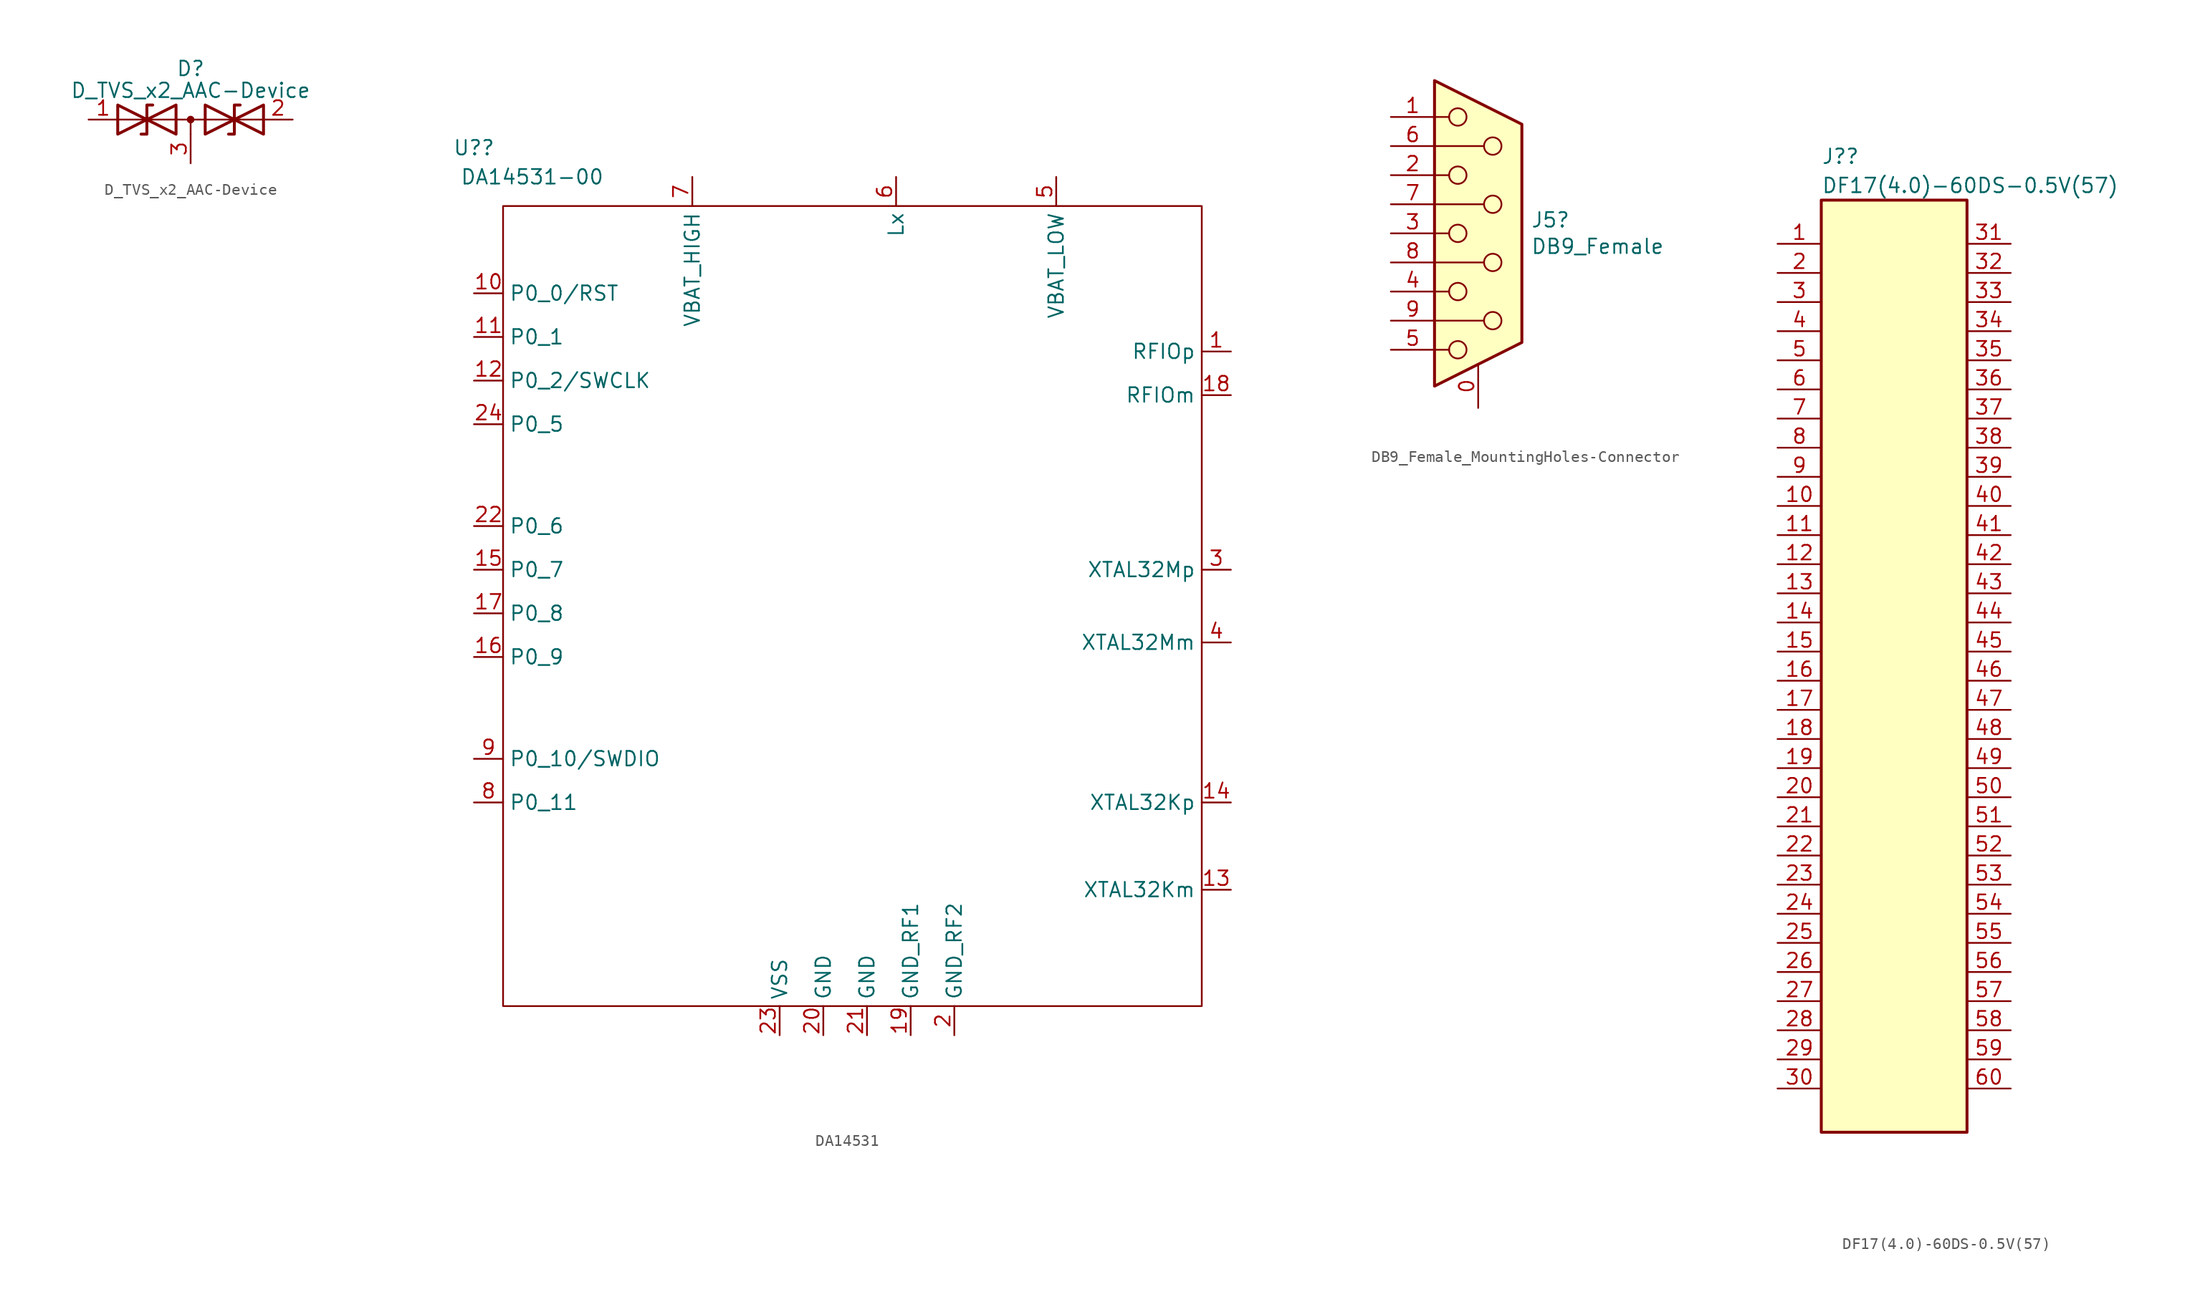
<source format=kicad_sym>
(kicad_symbol_lib
  (version 20220914)
  (generator kicad_symbol_editor)
  (symbol "D_TVS_x2_AAC-Device"
    (pin_names
      (offset 1.016) hide)
    (property "Reference" "D"
      (at 0 4.445 0)
      (effects (font (size 1.27 1.27))))
    (property "Value" "D_TVS_x2_AAC-Device"
      (at 0 2.54 0)
      (effects (font (size 1.27 1.27))))
    (symbol "D_TVS_x2_AAC-Device_0_0"
      (polyline (pts (xy 0 -1.27) (xy 0 0)) (stroke (width 0) (type default)) (fill (type none))))
    (symbol "D_TVS_x2_AAC-Device_0_1"
      (polyline (pts (xy -6.35 0) (xy 6.35 0)) (stroke (width 0) (type default)) (fill (type none)))
      (polyline (pts (xy -3.302 1.27) (xy -3.81 1.27) (xy -3.81 -1.27) (xy -4.318 -1.27)) (stroke (width 0.254) (type default)) (fill (type none)))
      (polyline (pts (xy 4.318 1.27) (xy 3.81 1.27) (xy 3.81 -1.27) (xy 3.302 -1.27)) (stroke (width 0.254) (type default)) (fill (type none)))
      (polyline (pts (xy -6.35 1.27) (xy -1.27 -1.27) (xy -1.27 1.27) (xy -6.35 -1.27) (xy -6.35 1.27)) (stroke (width 0.254) (type default)) (fill (type none)))
      (polyline (pts (xy 6.35 1.27) (xy 1.27 -1.27) (xy 1.27 1.27) (xy 6.35 -1.27) (xy 6.35 1.27)) (stroke (width 0.254) (type default)) (fill (type none)))
      (circle (center 0 0) (radius 0.254) (stroke (width 0) (type default)) (fill (type outline))))
    (symbol "D_TVS_x2_AAC-Device_1_1"
      (pin passive line (at -8.89 0 0) (length 2.54) (name "A1" (effects (font (size 1.27 1.27)))) (number "1" (effects (font (size 1.27 1.27)))))
      (pin passive line (at 8.89 0 180) (length 2.54) (name "A2" (effects (font (size 1.27 1.27)))) (number "2" (effects (font (size 1.27 1.27)))))
      (pin input line (at 0 -3.81 90) (length 2.54) (name "common" (effects (font (size 1.27 1.27)))) (number "3" (effects (font (size 1.27 1.27)))))))
  (symbol "DA14531"
    (property "Reference" "U?"
      (at -39.37 36.83 0)
      (effects (font (size 1.27 1.27))))
    (property "Value" "DA14531-00"
      (at -34.29 34.29 0)
      (effects (font (size 1.27 1.27))))
    (symbol "DA14531_1_1"
      (rectangle (start -36.83 31.75) (end 24.13 -38.1) (stroke (width 0) (type default)) (fill (type none)))
      (pin output line (at 26.67 19.05 180) (length 2.54) (name "RFIOp" (effects (font (size 1.27 1.27)))) (number "1" (effects (font (size 1.27 1.27)))))
      (pin bidirectional line (at -39.37 24.13 0) (length 2.54) (name "P0_0/RST" (effects (font (size 1.27 1.27)))) (number "10" (effects (font (size 1.27 1.27)))))
      (pin bidirectional line (at -39.37 20.32 0) (length 2.54) (name "P0_1" (effects (font (size 1.27 1.27)))) (number "11" (effects (font (size 1.27 1.27)))))
      (pin bidirectional line (at -39.37 16.51 0) (length 2.54) (name "P0_2/SWCLK" (effects (font (size 1.27 1.27)))) (number "12" (effects (font (size 1.27 1.27)))))
      (pin passive line (at 26.67 -27.94 180) (length 2.54) (name "XTAL32Km" (effects (font (size 1.27 1.27)))) (number "13" (effects (font (size 1.27 1.27)))))
      (pin passive line (at 26.67 -20.32 180) (length 2.54) (name "XTAL32Kp" (effects (font (size 1.27 1.27)))) (number "14" (effects (font (size 1.27 1.27)))))
      (pin bidirectional line (at -39.37 0 0) (length 2.54) (name "P0_7" (effects (font (size 1.27 1.27)))) (number "15" (effects (font (size 1.27 1.27)))))
      (pin bidirectional line (at -39.37 -7.62 0) (length 2.54) (name "P0_9" (effects (font (size 1.27 1.27)))) (number "16" (effects (font (size 1.27 1.27)))))
      (pin bidirectional line (at -39.37 -3.81 0) (length 2.54) (name "P0_8" (effects (font (size 1.27 1.27)))) (number "17" (effects (font (size 1.27 1.27)))))
      (pin input line (at 26.67 15.24 180) (length 2.54) (name "RFIOm" (effects (font (size 1.27 1.27)))) (number "18" (effects (font (size 1.27 1.27)))))
      (pin input line (at -1.27 -40.64 90) (length 2.54) (name "GND_RF1" (effects (font (size 1.27 1.27)))) (number "19" (effects (font (size 1.27 1.27)))))
      (pin input line (at 2.54 -40.64 90) (length 2.54) (name "GND_RF2" (effects (font (size 1.27 1.27)))) (number "2" (effects (font (size 1.27 1.27)))))
      (pin power_in line (at -8.89 -40.64 90) (length 2.54) (name "GND" (effects (font (size 1.27 1.27)))) (number "20" (effects (font (size 1.27 1.27)))))
      (pin power_in line (at -5.08 -40.64 90) (length 2.54) (name "GND" (effects (font (size 1.27 1.27)))) (number "21" (effects (font (size 1.27 1.27)))))
      (pin bidirectional line (at -39.37 3.81 0) (length 2.54) (name "P0_6" (effects (font (size 1.27 1.27)))) (number "22" (effects (font (size 1.27 1.27)))))
      (pin power_in line (at -12.7 -40.64 90) (length 2.54) (name "VSS" (effects (font (size 1.27 1.27)))) (number "23" (effects (font (size 1.27 1.27)))))
      (pin bidirectional line (at -39.37 12.7 0) (length 2.54) (name "P0_5" (effects (font (size 1.27 1.27)))) (number "24" (effects (font (size 1.27 1.27)))))
      (pin passive line (at 26.67 0 180) (length 2.54) (name "XTAL32Mp" (effects (font (size 1.27 1.27)))) (number "3" (effects (font (size 1.27 1.27)))))
      (pin passive line (at 26.67 -6.35 180) (length 2.54) (name "XTAL32Mm" (effects (font (size 1.27 1.27)))) (number "4" (effects (font (size 1.27 1.27)))))
      (pin passive line (at 11.43 34.29 270) (length 2.54) (name "VBAT_LOW" (effects (font (size 1.27 1.27)))) (number "5" (effects (font (size 1.27 1.27)))))
      (pin passive line (at -2.54 34.29 270) (length 2.54) (name "Lx" (effects (font (size 1.27 1.27)))) (number "6" (effects (font (size 1.27 1.27)))))
      (pin power_in line (at -20.32 34.29 270) (length 2.54) (name "VBAT_HIGH" (effects (font (size 1.27 1.27)))) (number "7" (effects (font (size 1.27 1.27)))))
      (pin bidirectional line (at -39.37 -20.32 0) (length 2.54) (name "P0_11" (effects (font (size 1.27 1.27)))) (number "8" (effects (font (size 1.27 1.27)))))
      (pin bidirectional line (at -39.37 -16.51 0) (length 2.54) (name "P0_10/SWDIO" (effects (font (size 1.27 1.27)))) (number "9" (effects (font (size 1.27 1.27)))))))
  (symbol "DB9_Female_MountingHoles-Connector"
    (pin_names
      (offset 1.016) hide)
    (property "Reference" "J5"
      (at 4.572 1.168 0)
      (effects (font (size 1.27 1.27)) (justify left)))
    (property "Value" "DB9_Female"
      (at 4.572 -1.143 0)
      (effects (font (size 1.27 1.27)) (justify left)))
    (symbol "DB9_Female_MountingHoles-Connector_0_1"
      (circle (center -1.778 -10.16) (radius 0.762) (stroke (width 0) (type solid)) (fill (type none)))
      (circle (center -1.778 -5.08) (radius 0.762) (stroke (width 0) (type solid)) (fill (type none)))
      (circle (center -1.778 0) (radius 0.762) (stroke (width 0) (type solid)) (fill (type none)))
      (circle (center -1.778 5.08) (radius 0.762) (stroke (width 0) (type solid)) (fill (type none)))
      (circle (center -1.778 10.16) (radius 0.762) (stroke (width 0) (type solid)) (fill (type none)))
      (polyline (pts (xy -3.81 -10.16) (xy -2.54 -10.16)) (stroke (width 0) (type solid)) (fill (type none)))
      (polyline (pts (xy -3.81 -7.62) (xy 0.508 -7.62)) (stroke (width 0) (type solid)) (fill (type none)))
      (polyline (pts (xy -3.81 -5.08) (xy -2.54 -5.08)) (stroke (width 0) (type solid)) (fill (type none)))
      (polyline (pts (xy -3.81 -2.54) (xy 0.508 -2.54)) (stroke (width 0) (type solid)) (fill (type none)))
      (polyline (pts (xy -3.81 0) (xy -2.54 0)) (stroke (width 0) (type solid)) (fill (type none)))
      (polyline (pts (xy -3.81 2.54) (xy 0.508 2.54)) (stroke (width 0) (type solid)) (fill (type none)))
      (polyline (pts (xy -3.81 5.08) (xy -2.54 5.08)) (stroke (width 0) (type solid)) (fill (type none)))
      (polyline (pts (xy -3.81 7.62) (xy 0.508 7.62)) (stroke (width 0) (type solid)) (fill (type none)))
      (polyline (pts (xy -3.81 10.16) (xy -2.54 10.16)) (stroke (width 0) (type solid)) (fill (type none)))
      (polyline (pts (xy -3.81 13.335) (xy -3.81 -13.335) (xy 3.81 -9.525) (xy 3.81 9.525) (xy -3.81 13.335)) (stroke (width 0.254) (type solid)) (fill (type background)))
      (circle (center 1.27 -7.62) (radius 0.762) (stroke (width 0) (type solid)) (fill (type none)))
      (circle (center 1.27 -2.54) (radius 0.762) (stroke (width 0) (type solid)) (fill (type none)))
      (circle (center 1.27 2.54) (radius 0.762) (stroke (width 0) (type solid)) (fill (type none)))
      (circle (center 1.27 7.62) (radius 0.762) (stroke (width 0) (type solid)) (fill (type none))))
    (symbol "DB9_Female_MountingHoles-Connector_1_1"
      (pin passive line (at 0 -15.24 90) (length 3.81) (name "PAD" (effects (font (size 1.27 1.27)))) (number "0" (effects (font (size 1.27 1.27)))))
      (pin passive line (at -7.62 10.16 0) (length 3.81) (name "1" (effects (font (size 1.27 1.27)))) (number "1" (effects (font (size 1.27 1.27)))))
      (pin passive line (at -7.62 5.08 0) (length 3.81) (name "2" (effects (font (size 1.27 1.27)))) (number "2" (effects (font (size 1.27 1.27)))))
      (pin passive line (at -7.62 0 0) (length 3.81) (name "3" (effects (font (size 1.27 1.27)))) (number "3" (effects (font (size 1.27 1.27)))))
      (pin passive line (at -7.62 -5.08 0) (length 3.81) (name "4" (effects (font (size 1.27 1.27)))) (number "4" (effects (font (size 1.27 1.27)))))
      (pin passive line (at -7.62 -10.16 0) (length 3.81) (name "5" (effects (font (size 1.27 1.27)))) (number "5" (effects (font (size 1.27 1.27)))))
      (pin passive line (at -7.62 7.62 0) (length 3.81) (name "6" (effects (font (size 1.27 1.27)))) (number "6" (effects (font (size 1.27 1.27)))))
      (pin passive line (at -7.62 2.54 0) (length 3.81) (name "7" (effects (font (size 1.27 1.27)))) (number "7" (effects (font (size 1.27 1.27)))))
      (pin passive line (at -7.62 -2.54 0) (length 3.81) (name "8" (effects (font (size 1.27 1.27)))) (number "8" (effects (font (size 1.27 1.27)))))
      (pin passive line (at -7.62 -7.62 0) (length 3.81) (name "9" (effects (font (size 1.27 1.27)))) (number "9" (effects (font (size 1.27 1.27)))))))
  (symbol "DF17(4.0)-60DS-0.5V(57)"
    (property "Reference" "J?"
      (at 6.35 35.56 0)
      (effects (font (size 1.27 1.27)) (justify left)))
    (property "Value" "DF17(4.0)-60DS-0.5V(57)"
      (at 6.35 33.02 0)
      (effects (font (size 1.27 1.27)) (justify left)))
    (symbol "DF17(4.0)-60DS-0.5V(57)_0_1"
      (rectangle (start 6.35 31.75) (end 19.05 -49.53) (stroke (width 0.254) (type default)) (fill (type background))))
    (symbol "DF17(4.0)-60DS-0.5V(57)_1_1"
      (pin passive line (at 2.54 27.94 0) (length 3.81) (name "" (effects (font (size 1.27 1.27)))) (number "1" (effects (font (size 1.27 1.27)))))
      (pin passive line (at 2.54 5.08 0) (length 3.81) (name "" (effects (font (size 1.27 1.27)))) (number "10" (effects (font (size 1.27 1.27)))))
      (pin passive line (at 2.54 2.54 0) (length 3.81) (name "" (effects (font (size 1.27 1.27)))) (number "11" (effects (font (size 1.27 1.27)))))
      (pin passive line (at 2.54 0 0) (length 3.81) (name "" (effects (font (size 1.27 1.27)))) (number "12" (effects (font (size 1.27 1.27)))))
      (pin passive line (at 2.54 -2.54 0) (length 3.81) (name "" (effects (font (size 1.27 1.27)))) (number "13" (effects (font (size 1.27 1.27)))))
      (pin passive line (at 2.54 -5.08 0) (length 3.81) (name "" (effects (font (size 1.27 1.27)))) (number "14" (effects (font (size 1.27 1.27)))))
      (pin passive line (at 2.54 -7.62 0) (length 3.81) (name "" (effects (font (size 1.27 1.27)))) (number "15" (effects (font (size 1.27 1.27)))))
      (pin passive line (at 2.54 -10.16 0) (length 3.81) (name "" (effects (font (size 1.27 1.27)))) (number "16" (effects (font (size 1.27 1.27)))))
      (pin passive line (at 2.54 -12.7 0) (length 3.81) (name "" (effects (font (size 1.27 1.27)))) (number "17" (effects (font (size 1.27 1.27)))))
      (pin passive line (at 2.54 -15.24 0) (length 3.81) (name "" (effects (font (size 1.27 1.27)))) (number "18" (effects (font (size 1.27 1.27)))))
      (pin passive line (at 2.54 -17.78 0) (length 3.81) (name "" (effects (font (size 1.27 1.27)))) (number "19" (effects (font (size 1.27 1.27)))))
      (pin passive line (at 2.54 25.4 0) (length 3.81) (name "" (effects (font (size 1.27 1.27)))) (number "2" (effects (font (size 1.27 1.27)))))
      (pin passive line (at 2.54 -20.32 0) (length 3.81) (name "" (effects (font (size 1.27 1.27)))) (number "20" (effects (font (size 1.27 1.27)))))
      (pin passive line (at 2.54 -22.86 0) (length 3.81) (name "" (effects (font (size 1.27 1.27)))) (number "21" (effects (font (size 1.27 1.27)))))
      (pin passive line (at 2.54 -25.4 0) (length 3.81) (name "" (effects (font (size 1.27 1.27)))) (number "22" (effects (font (size 1.27 1.27)))))
      (pin passive line (at 2.54 -27.94 0) (length 3.81) (name "" (effects (font (size 1.27 1.27)))) (number "23" (effects (font (size 1.27 1.27)))))
      (pin passive line (at 2.54 -30.48 0) (length 3.81) (name "" (effects (font (size 1.27 1.27)))) (number "24" (effects (font (size 1.27 1.27)))))
      (pin passive line (at 2.54 -33.02 0) (length 3.81) (name "" (effects (font (size 1.27 1.27)))) (number "25" (effects (font (size 1.27 1.27)))))
      (pin passive line (at 2.54 -35.56 0) (length 3.81) (name "" (effects (font (size 1.27 1.27)))) (number "26" (effects (font (size 1.27 1.27)))))
      (pin passive line (at 2.54 -38.1 0) (length 3.81) (name "" (effects (font (size 1.27 1.27)))) (number "27" (effects (font (size 1.27 1.27)))))
      (pin passive line (at 2.54 -40.64 0) (length 3.81) (name "" (effects (font (size 1.27 1.27)))) (number "28" (effects (font (size 1.27 1.27)))))
      (pin passive line (at 2.54 -43.18 0) (length 3.81) (name "" (effects (font (size 1.27 1.27)))) (number "29" (effects (font (size 1.27 1.27)))))
      (pin passive line (at 2.54 22.86 0) (length 3.81) (name "" (effects (font (size 1.27 1.27)))) (number "3" (effects (font (size 1.27 1.27)))))
      (pin passive line (at 2.54 -45.72 0) (length 3.81) (name "" (effects (font (size 1.27 1.27)))) (number "30" (effects (font (size 1.27 1.27)))))
      (pin passive line (at 22.86 27.94 180) (length 3.81) (name "" (effects (font (size 1.27 1.27)))) (number "31" (effects (font (size 1.27 1.27)))))
      (pin passive line (at 22.86 25.4 180) (length 3.81) (name "" (effects (font (size 1.27 1.27)))) (number "32" (effects (font (size 1.27 1.27)))))
      (pin passive line (at 22.86 22.86 180) (length 3.81) (name "" (effects (font (size 1.27 1.27)))) (number "33" (effects (font (size 1.27 1.27)))))
      (pin passive line (at 22.86 20.32 180) (length 3.81) (name "" (effects (font (size 1.27 1.27)))) (number "34" (effects (font (size 1.27 1.27)))))
      (pin passive line (at 22.86 17.78 180) (length 3.81) (name "" (effects (font (size 1.27 1.27)))) (number "35" (effects (font (size 1.27 1.27)))))
      (pin passive line (at 22.86 15.24 180) (length 3.81) (name "" (effects (font (size 1.27 1.27)))) (number "36" (effects (font (size 1.27 1.27)))))
      (pin passive line (at 22.86 12.7 180) (length 3.81) (name "" (effects (font (size 1.27 1.27)))) (number "37" (effects (font (size 1.27 1.27)))))
      (pin passive line (at 22.86 10.16 180) (length 3.81) (name "" (effects (font (size 1.27 1.27)))) (number "38" (effects (font (size 1.27 1.27)))))
      (pin passive line (at 22.86 7.62 180) (length 3.81) (name "" (effects (font (size 1.27 1.27)))) (number "39" (effects (font (size 1.27 1.27)))))
      (pin passive line (at 2.54 20.32 0) (length 3.81) (name "" (effects (font (size 1.27 1.27)))) (number "4" (effects (font (size 1.27 1.27)))))
      (pin passive line (at 22.86 5.08 180) (length 3.81) (name "" (effects (font (size 1.27 1.27)))) (number "40" (effects (font (size 1.27 1.27)))))
      (pin passive line (at 22.86 2.54 180) (length 3.81) (name "" (effects (font (size 1.27 1.27)))) (number "41" (effects (font (size 1.27 1.27)))))
      (pin passive line (at 22.86 0 180) (length 3.81) (name "" (effects (font (size 1.27 1.27)))) (number "42" (effects (font (size 1.27 1.27)))))
      (pin passive line (at 22.86 -2.54 180) (length 3.81) (name "" (effects (font (size 1.27 1.27)))) (number "43" (effects (font (size 1.27 1.27)))))
      (pin passive line (at 22.86 -5.08 180) (length 3.81) (name "" (effects (font (size 1.27 1.27)))) (number "44" (effects (font (size 1.27 1.27)))))
      (pin passive line (at 22.86 -7.62 180) (length 3.81) (name "" (effects (font (size 1.27 1.27)))) (number "45" (effects (font (size 1.27 1.27)))))
      (pin passive line (at 22.86 -10.16 180) (length 3.81) (name "" (effects (font (size 1.27 1.27)))) (number "46" (effects (font (size 1.27 1.27)))))
      (pin passive line (at 22.86 -12.7 180) (length 3.81) (name "" (effects (font (size 1.27 1.27)))) (number "47" (effects (font (size 1.27 1.27)))))
      (pin passive line (at 22.86 -15.24 180) (length 3.81) (name "" (effects (font (size 1.27 1.27)))) (number "48" (effects (font (size 1.27 1.27)))))
      (pin passive line (at 22.86 -17.78 180) (length 3.81) (name "" (effects (font (size 1.27 1.27)))) (number "49" (effects (font (size 1.27 1.27)))))
      (pin passive line (at 2.54 17.78 0) (length 3.81) (name "" (effects (font (size 1.27 1.27)))) (number "5" (effects (font (size 1.27 1.27)))))
      (pin passive line (at 22.86 -20.32 180) (length 3.81) (name "" (effects (font (size 1.27 1.27)))) (number "50" (effects (font (size 1.27 1.27)))))
      (pin passive line (at 22.86 -22.86 180) (length 3.81) (name "" (effects (font (size 1.27 1.27)))) (number "51" (effects (font (size 1.27 1.27)))))
      (pin passive line (at 22.86 -25.4 180) (length 3.81) (name "" (effects (font (size 1.27 1.27)))) (number "52" (effects (font (size 1.27 1.27)))))
      (pin passive line (at 22.86 -27.94 180) (length 3.81) (name "" (effects (font (size 1.27 1.27)))) (number "53" (effects (font (size 1.27 1.27)))))
      (pin passive line (at 22.86 -30.48 180) (length 3.81) (name "" (effects (font (size 1.27 1.27)))) (number "54" (effects (font (size 1.27 1.27)))))
      (pin passive line (at 22.86 -33.02 180) (length 3.81) (name "" (effects (font (size 1.27 1.27)))) (number "55" (effects (font (size 1.27 1.27)))))
      (pin passive line (at 22.86 -35.56 180) (length 3.81) (name "" (effects (font (size 1.27 1.27)))) (number "56" (effects (font (size 1.27 1.27)))))
      (pin passive line (at 22.86 -38.1 180) (length 3.81) (name "" (effects (font (size 1.27 1.27)))) (number "57" (effects (font (size 1.27 1.27)))))
      (pin passive line (at 22.86 -40.64 180) (length 3.81) (name "" (effects (font (size 1.27 1.27)))) (number "58" (effects (font (size 1.27 1.27)))))
      (pin passive line (at 22.86 -43.18 180) (length 3.81) (name "" (effects (font (size 1.27 1.27)))) (number "59" (effects (font (size 1.27 1.27)))))
      (pin passive line (at 2.54 15.24 0) (length 3.81) (name "" (effects (font (size 1.27 1.27)))) (number "6" (effects (font (size 1.27 1.27)))))
      (pin passive line (at 22.86 -45.72 180) (length 3.81) (name "" (effects (font (size 1.27 1.27)))) (number "60" (effects (font (size 1.27 1.27)))))
      (pin passive line (at 2.54 12.7 0) (length 3.81) (name "" (effects (font (size 1.27 1.27)))) (number "7" (effects (font (size 1.27 1.27)))))
      (pin passive line (at 2.54 10.16 0) (length 3.81) (name "" (effects (font (size 1.27 1.27)))) (number "8" (effects (font (size 1.27 1.27)))))
      (pin passive line (at 2.54 7.62 0) (length 3.81) (name "" (effects (font (size 1.27 1.27)))) (number "9" (effects (font (size 1.27 1.27))))))))
</source>
